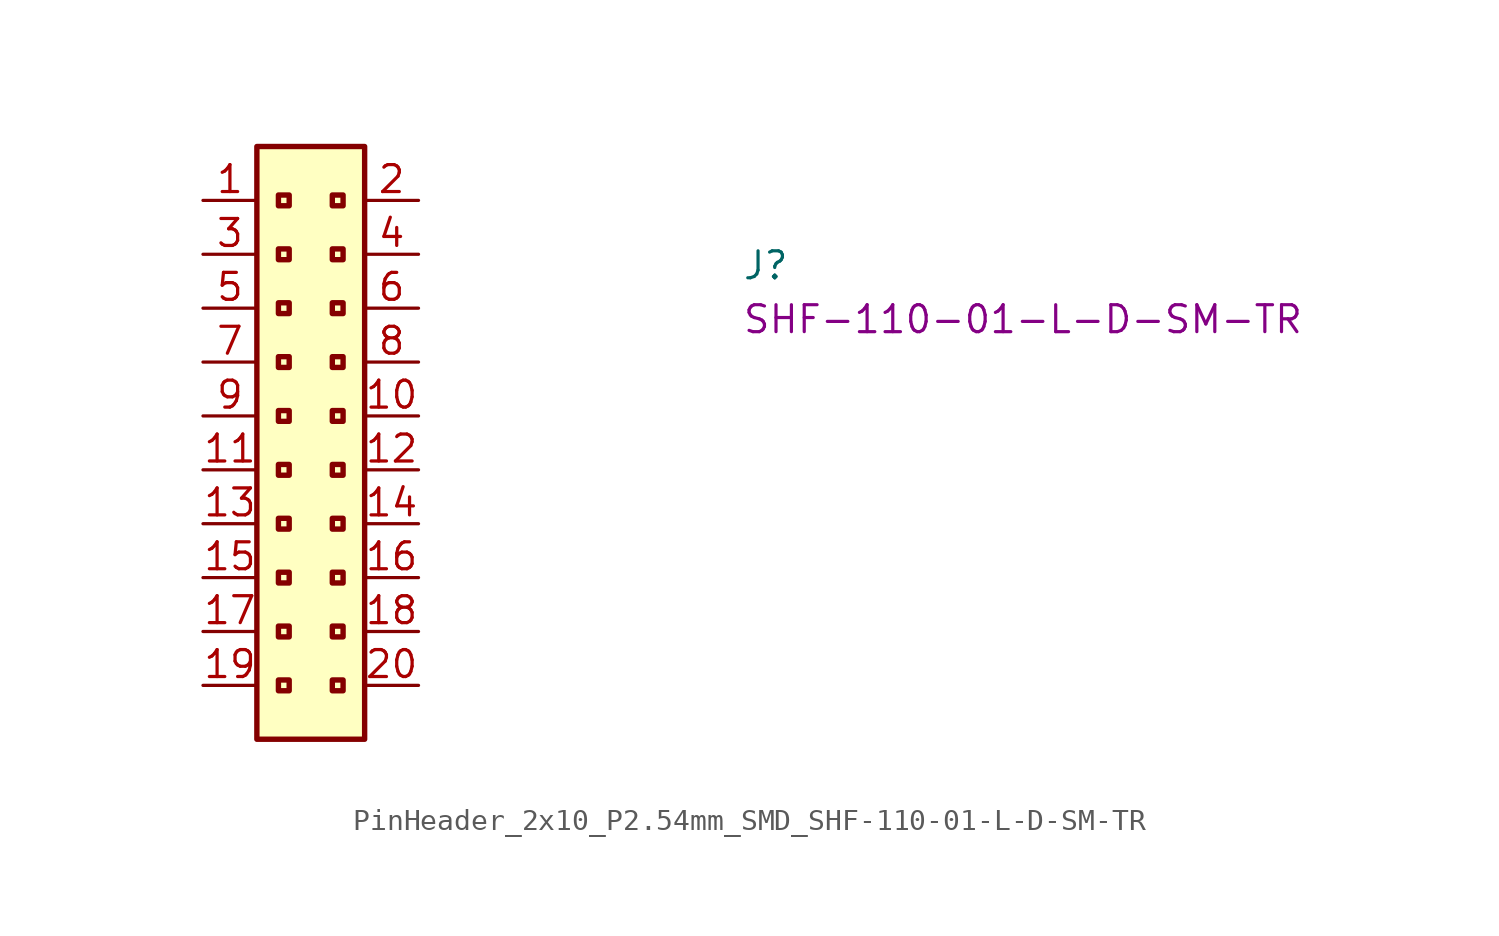
<source format=kicad_sym>
(kicad_symbol_lib
  (version 20220914)
  (generator kicad_symbol_editor)
  (symbol "PinHeader_2x10_P2.54mm_SMD_SHF-110-01-L-D-SM-TR"
    (property "Reference" "J"
      (at 25.4 -3.81 0)
      (effects (font (size 1.27 1.27) (thickness 0.15)) (justify left bottom)))
    (property "MPN" "SHF-110-01-L-D-SM-TR"
      (at 25.4 -6.35 0)
      (effects (font (size 1.27 1.27) (thickness 0.15)) (justify left bottom)))
    (symbol "PinHeader_2x10_P2.54mm_SMD_SHF-110-01-L-D-SM-TR_1_1"
      (rectangle (start 2.54 2.54) (end 7.62 -25.4) (stroke (width 0.254) (type default)) (fill (type background)))
      (rectangle (start 3.556 -22.606) (end 4.064 -23.114) (stroke (width 0.254) (type default)) (fill (type background)))
      (rectangle (start 3.556 -20.066) (end 4.064 -20.574) (stroke (width 0.254) (type default)) (fill (type background)))
      (rectangle (start 3.556 -17.526) (end 4.064 -18.034) (stroke (width 0.254) (type default)) (fill (type background)))
      (rectangle (start 3.556 -14.986) (end 4.064 -15.494) (stroke (width 0.254) (type default)) (fill (type background)))
      (rectangle (start 3.556 -12.446) (end 4.064 -12.954) (stroke (width 0.254) (type default)) (fill (type background)))
      (rectangle (start 3.556 -9.906) (end 4.064 -10.414) (stroke (width 0.254) (type default)) (fill (type background)))
      (rectangle (start 3.556 -7.366) (end 4.064 -7.874) (stroke (width 0.254) (type default)) (fill (type background)))
      (rectangle (start 3.556 -4.826) (end 4.064 -5.334) (stroke (width 0.254) (type default)) (fill (type background)))
      (rectangle (start 3.556 -2.286) (end 4.064 -2.794) (stroke (width 0.254) (type default)) (fill (type background)))
      (rectangle (start 3.556 0.254) (end 4.064 -0.254) (stroke (width 0.254) (type default)) (fill (type background)))
      (rectangle (start 6.096 -22.606) (end 6.604 -23.114) (stroke (width 0.254) (type default)) (fill (type background)))
      (rectangle (start 6.096 -20.066) (end 6.604 -20.574) (stroke (width 0.254) (type default)) (fill (type background)))
      (rectangle (start 6.096 -17.526) (end 6.604 -18.034) (stroke (width 0.254) (type default)) (fill (type background)))
      (rectangle (start 6.096 -14.986) (end 6.604 -15.494) (stroke (width 0.254) (type default)) (fill (type background)))
      (rectangle (start 6.096 -12.446) (end 6.604 -12.954) (stroke (width 0.254) (type default)) (fill (type background)))
      (rectangle (start 6.096 -9.906) (end 6.604 -10.414) (stroke (width 0.254) (type default)) (fill (type background)))
      (rectangle (start 6.096 -7.366) (end 6.604 -7.874) (stroke (width 0.254) (type default)) (fill (type background)))
      (rectangle (start 6.096 -4.826) (end 6.604 -5.334) (stroke (width 0.254) (type default)) (fill (type background)))
      (rectangle (start 6.096 -2.286) (end 6.604 -2.794) (stroke (width 0.254) (type default)) (fill (type background)))
      (rectangle (start 6.096 0.254) (end 6.604 -0.254) (stroke (width 0.254) (type default)) (fill (type background)))
      (pin passive line (at 0 0 0) (length 2.54) (name "~" (effects (font (size 1.27 1.27)))) (number "1" (effects (font (size 1.27 1.27)))))
      (pin passive line (at 10.16 -10.16 180) (length 2.54) (name "~" (effects (font (size 1.27 1.27)))) (number "10" (effects (font (size 1.27 1.27)))))
      (pin passive line (at 0 -12.7 0) (length 2.54) (name "~" (effects (font (size 1.27 1.27)))) (number "11" (effects (font (size 1.27 1.27)))))
      (pin passive line (at 10.16 -12.7 180) (length 2.54) (name "~" (effects (font (size 1.27 1.27)))) (number "12" (effects (font (size 1.27 1.27)))))
      (pin passive line (at 0 -15.24 0) (length 2.54) (name "~" (effects (font (size 1.27 1.27)))) (number "13" (effects (font (size 1.27 1.27)))))
      (pin passive line (at 10.16 -15.24 180) (length 2.54) (name "~" (effects (font (size 1.27 1.27)))) (number "14" (effects (font (size 1.27 1.27)))))
      (pin passive line (at 0 -17.78 0) (length 2.54) (name "" (effects (font (size 1.27 1.27)))) (number "15" (effects (font (size 1.27 1.27)))))
      (pin passive line (at 10.16 -17.78 180) (length 2.54) (name "~" (effects (font (size 1.27 1.27)))) (number "16" (effects (font (size 1.27 1.27)))))
      (pin passive line (at 0 -20.32 0) (length 2.54) (name "~" (effects (font (size 1.27 1.27)))) (number "17" (effects (font (size 1.27 1.27)))))
      (pin passive line (at 10.16 -20.32 180) (length 2.54) (name "~" (effects (font (size 1.27 1.27)))) (number "18" (effects (font (size 1.27 1.27)))))
      (pin passive line (at 0 -22.86 0) (length 2.54) (name "" (effects (font (size 1.27 1.27)))) (number "19" (effects (font (size 1.27 1.27)))))
      (pin passive line (at 10.16 0 180) (length 2.54) (name "~" (effects (font (size 1.27 1.27)))) (number "2" (effects (font (size 1.27 1.27)))))
      (pin passive line (at 10.16 -22.86 180) (length 2.54) (name "~" (effects (font (size 1.27 1.27)))) (number "20" (effects (font (size 1.27 1.27)))))
      (pin passive line (at 0 -2.54 0) (length 2.54) (name "~" (effects (font (size 1.27 1.27)))) (number "3" (effects (font (size 1.27 1.27)))))
      (pin passive line (at 10.16 -2.54 180) (length 2.54) (name "~" (effects (font (size 1.27 1.27)))) (number "4" (effects (font (size 1.27 1.27)))))
      (pin passive line (at 0 -5.08 0) (length 2.54) (name "~" (effects (font (size 1.27 1.27)))) (number "5" (effects (font (size 1.27 1.27)))))
      (pin passive line (at 10.16 -5.08 180) (length 2.54) (name "~" (effects (font (size 1.27 1.27)))) (number "6" (effects (font (size 1.27 1.27)))))
      (pin passive line (at 0 -7.62 0) (length 2.54) (name "~" (effects (font (size 1.27 1.27)))) (number "7" (effects (font (size 1.27 1.27)))))
      (pin passive line (at 10.16 -7.62 180) (length 2.54) (name "~" (effects (font (size 1.27 1.27)))) (number "8" (effects (font (size 1.27 1.27)))))
      (pin passive line (at 0 -10.16 0) (length 2.54) (name "~" (effects (font (size 1.27 1.27)))) (number "9" (effects (font (size 1.27 1.27))))))))
</source>
